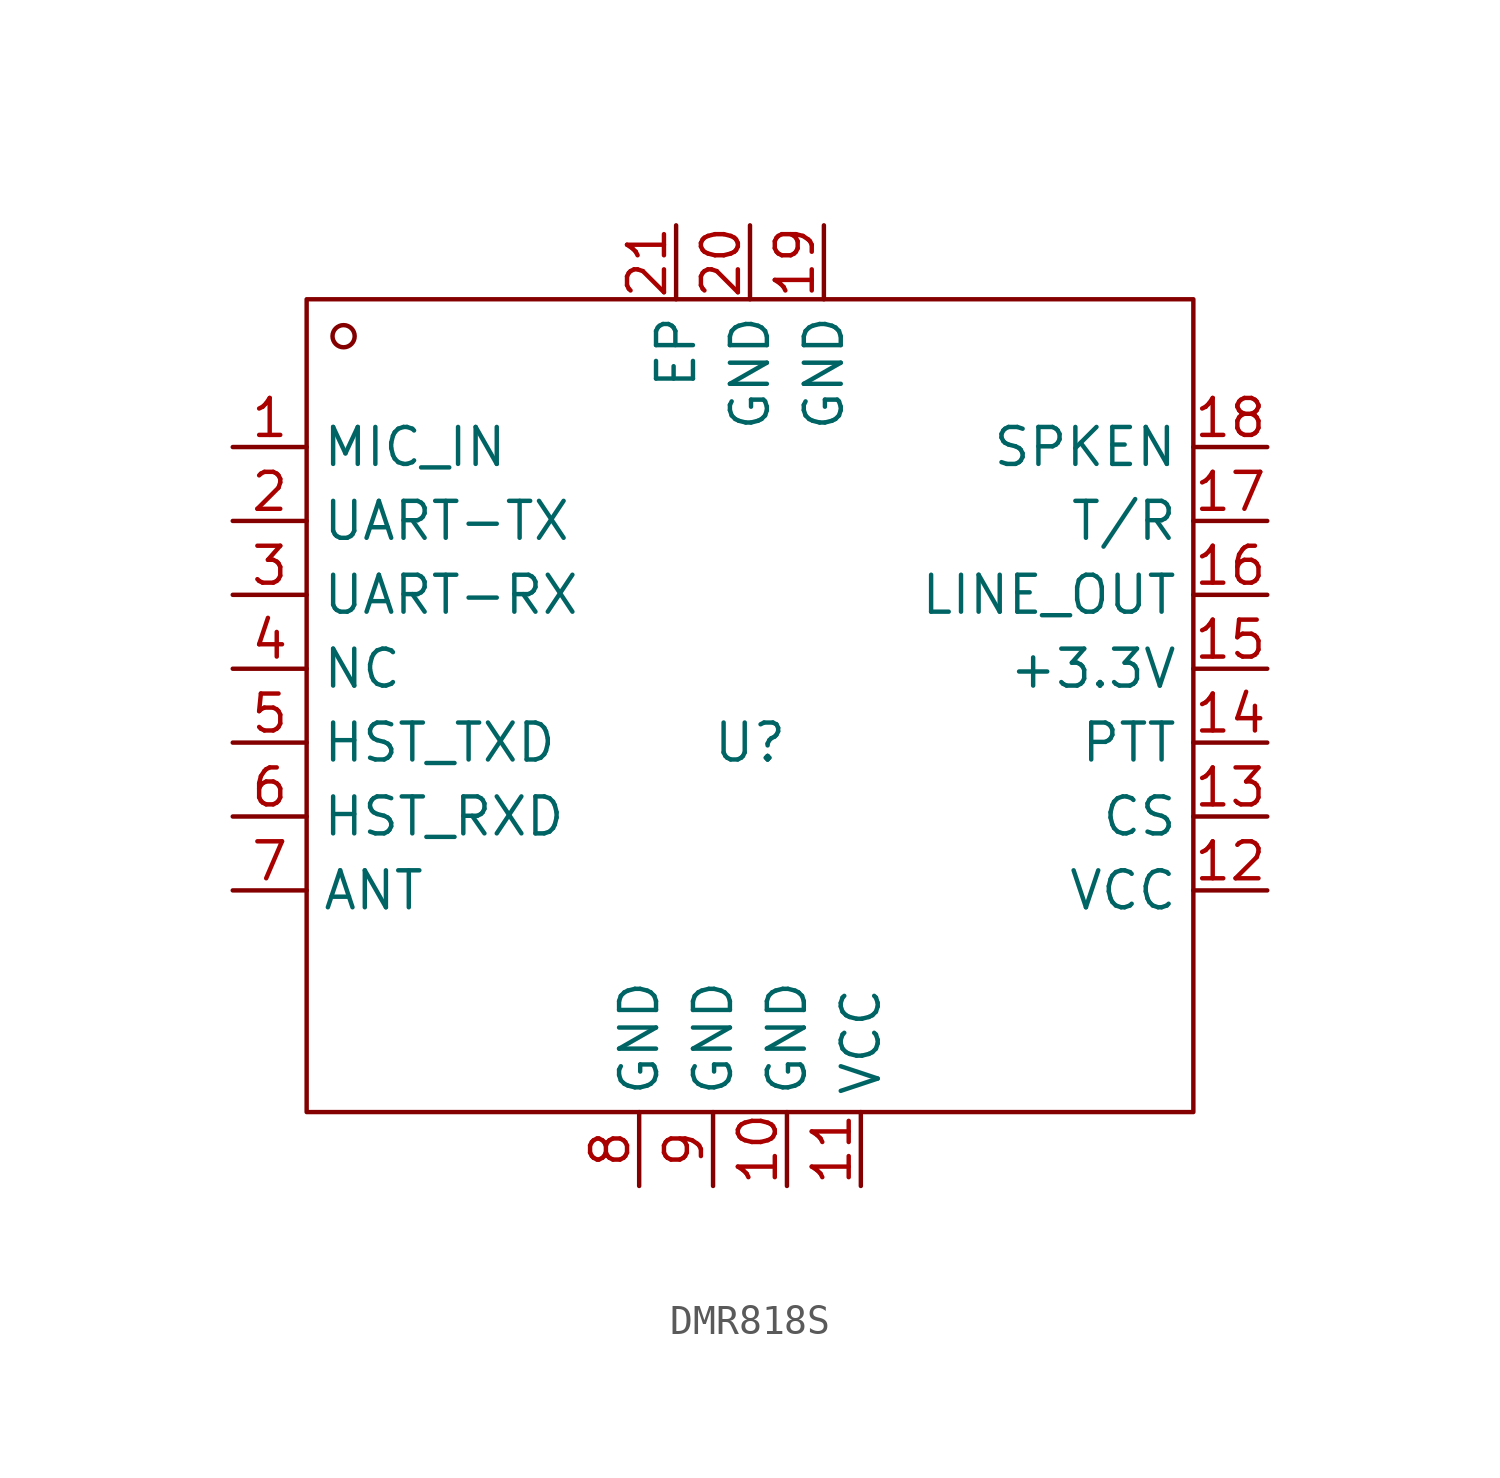
<source format=kicad_sym>
(kicad_symbol_lib
  (version 20241209)
  (generator "kicad_symbol_editor")
  (generator_version "9.0")
  (symbol "DMR818S"
    (property "Reference" "U"
      (at 0 0 0)
      (effects (font (size 1.27 1.27))))
    (property "Value" ""
      (at 0 0 0)
      (effects (font (size 1.27 1.27))))
    (symbol "DMR818S_1_0"
      (rectangle (start -15.24 -12.7) (end 15.24 15.24) (stroke (width 0) (type default)) (fill (type none)))
      (circle (center -13.97 13.97) (radius 0.381) (stroke (width 0) (type default)) (fill (type none)))
      (pin unspecified line (at -17.78 10.16 0) (length 2.54) (name "MIC_IN" (effects (font (size 1.27 1.27)))) (number "1" (effects (font (size 1.27 1.27)))))
      (pin unspecified line (at -17.78 7.62 0) (length 2.54) (name "UART-TX" (effects (font (size 1.27 1.27)))) (number "2" (effects (font (size 1.27 1.27)))))
      (pin unspecified line (at -17.78 5.08 0) (length 2.54) (name "UART-RX" (effects (font (size 1.27 1.27)))) (number "3" (effects (font (size 1.27 1.27)))))
      (pin unspecified line (at -17.78 2.54 0) (length 2.54) (name "NC" (effects (font (size 1.27 1.27)))) (number "4" (effects (font (size 1.27 1.27)))))
      (pin unspecified line (at -17.78 0 0) (length 2.54) (name "HST_TXD" (effects (font (size 1.27 1.27)))) (number "5" (effects (font (size 1.27 1.27)))))
      (pin unspecified line (at -17.78 -2.54 0) (length 2.54) (name "HST_RXD" (effects (font (size 1.27 1.27)))) (number "6" (effects (font (size 1.27 1.27)))))
      (pin unspecified line (at -17.78 -5.08 0) (length 2.54) (name "ANT" (effects (font (size 1.27 1.27)))) (number "7" (effects (font (size 1.27 1.27)))))
      (pin unspecified line (at -3.81 -15.24 90) (length 2.54) (name "GND" (effects (font (size 1.27 1.27)))) (number "8" (effects (font (size 1.27 1.27)))))
      (pin unspecified line (at -2.54 17.78 270) (length 2.54) (name "EP" (effects (font (size 1.27 1.27)))) (number "21" (effects (font (size 1.27 1.27)))))
      (pin unspecified line (at -1.27 -15.24 90) (length 2.54) (name "GND" (effects (font (size 1.27 1.27)))) (number "9" (effects (font (size 1.27 1.27)))))
      (pin unspecified line (at 0 17.78 270) (length 2.54) (name "GND" (effects (font (size 1.27 1.27)))) (number "20" (effects (font (size 1.27 1.27)))))
      (pin unspecified line (at 1.27 -15.24 90) (length 2.54) (name "GND" (effects (font (size 1.27 1.27)))) (number "10" (effects (font (size 1.27 1.27)))))
      (pin unspecified line (at 2.54 17.78 270) (length 2.54) (name "GND" (effects (font (size 1.27 1.27)))) (number "19" (effects (font (size 1.27 1.27)))))
      (pin unspecified line (at 3.81 -15.24 90) (length 2.54) (name "VCC" (effects (font (size 1.27 1.27)))) (number "11" (effects (font (size 1.27 1.27)))))
      (pin unspecified line (at 17.78 10.16 180) (length 2.54) (name "SPKEN" (effects (font (size 1.27 1.27)))) (number "18" (effects (font (size 1.27 1.27)))))
      (pin unspecified line (at 17.78 7.62 180) (length 2.54) (name "T/R" (effects (font (size 1.27 1.27)))) (number "17" (effects (font (size 1.27 1.27)))))
      (pin unspecified line (at 17.78 5.08 180) (length 2.54) (name "LINE_OUT" (effects (font (size 1.27 1.27)))) (number "16" (effects (font (size 1.27 1.27)))))
      (pin unspecified line (at 17.78 2.54 180) (length 2.54) (name "+3.3V" (effects (font (size 1.27 1.27)))) (number "15" (effects (font (size 1.27 1.27)))))
      (pin unspecified line (at 17.78 0 180) (length 2.54) (name "PTT" (effects (font (size 1.27 1.27)))) (number "14" (effects (font (size 1.27 1.27)))))
      (pin unspecified line (at 17.78 -2.54 180) (length 2.54) (name "CS" (effects (font (size 1.27 1.27)))) (number "13" (effects (font (size 1.27 1.27)))))
      (pin unspecified line (at 17.78 -5.08 180) (length 2.54) (name "VCC" (effects (font (size 1.27 1.27)))) (number "12" (effects (font (size 1.27 1.27))))))))
</source>
